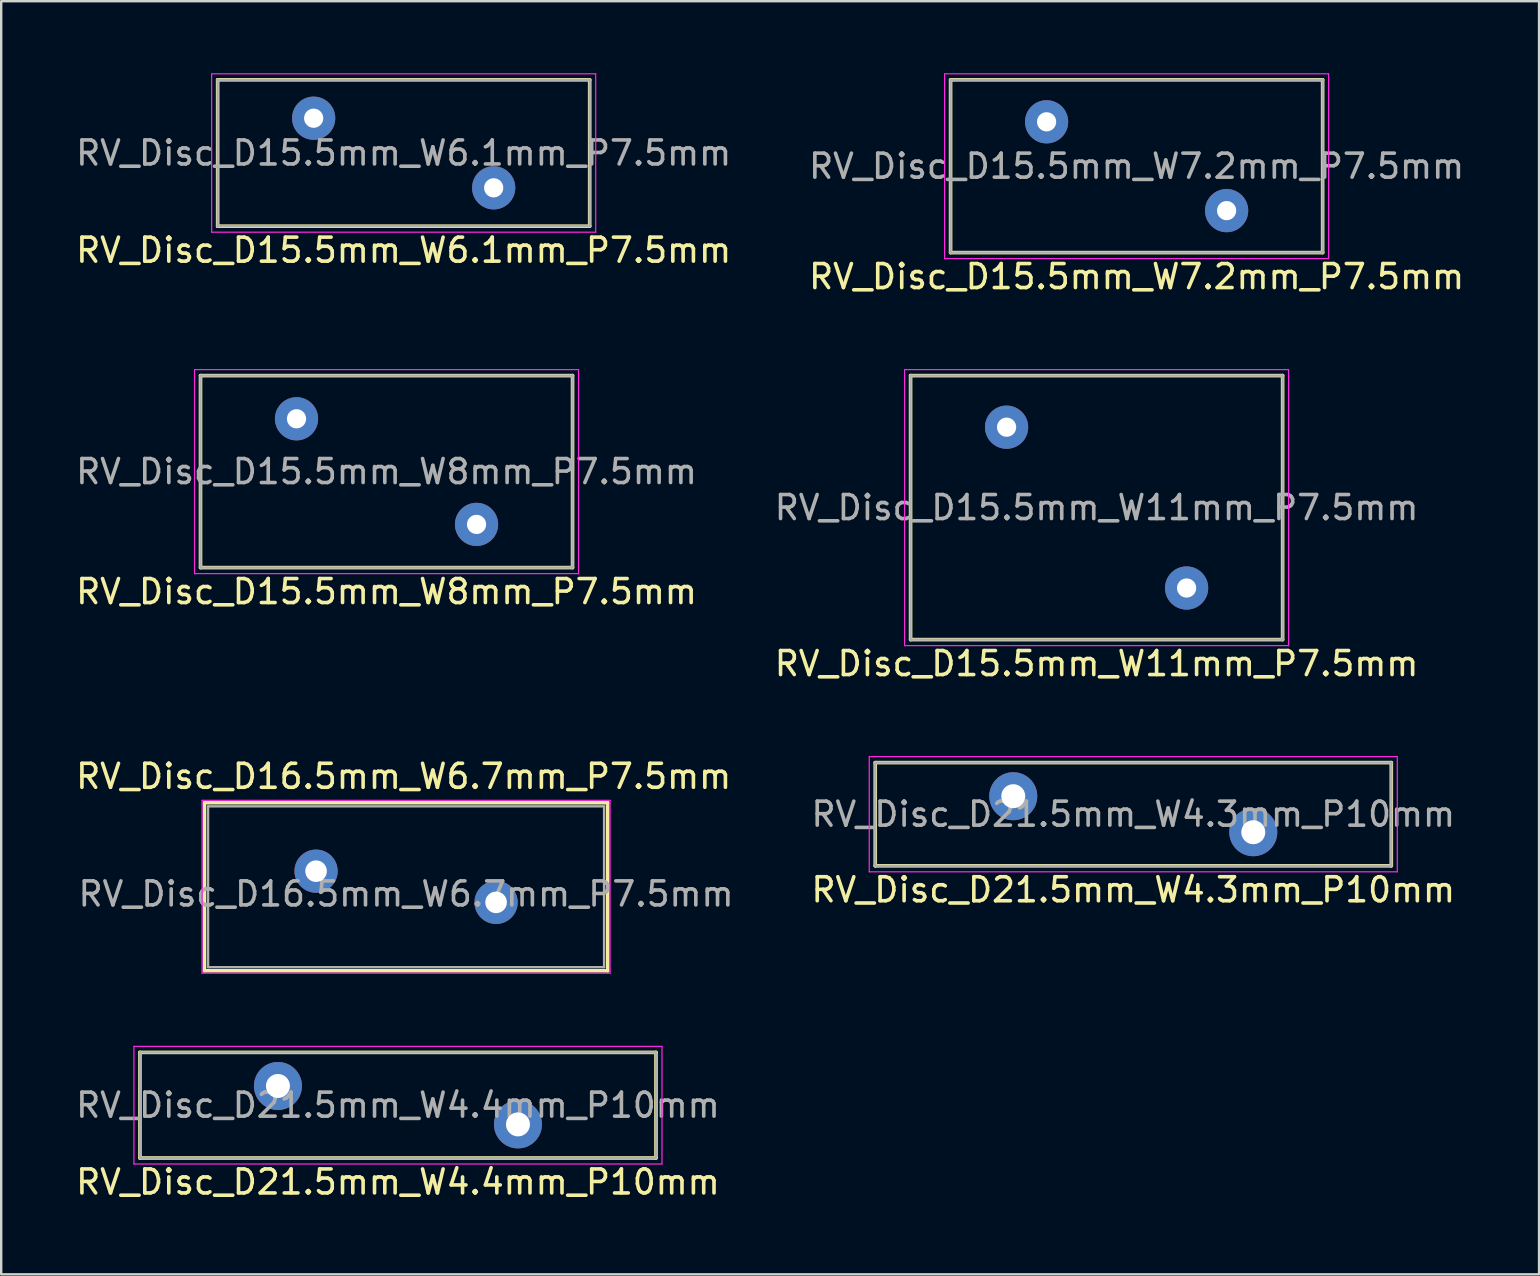
<source format=kicad_pcb>
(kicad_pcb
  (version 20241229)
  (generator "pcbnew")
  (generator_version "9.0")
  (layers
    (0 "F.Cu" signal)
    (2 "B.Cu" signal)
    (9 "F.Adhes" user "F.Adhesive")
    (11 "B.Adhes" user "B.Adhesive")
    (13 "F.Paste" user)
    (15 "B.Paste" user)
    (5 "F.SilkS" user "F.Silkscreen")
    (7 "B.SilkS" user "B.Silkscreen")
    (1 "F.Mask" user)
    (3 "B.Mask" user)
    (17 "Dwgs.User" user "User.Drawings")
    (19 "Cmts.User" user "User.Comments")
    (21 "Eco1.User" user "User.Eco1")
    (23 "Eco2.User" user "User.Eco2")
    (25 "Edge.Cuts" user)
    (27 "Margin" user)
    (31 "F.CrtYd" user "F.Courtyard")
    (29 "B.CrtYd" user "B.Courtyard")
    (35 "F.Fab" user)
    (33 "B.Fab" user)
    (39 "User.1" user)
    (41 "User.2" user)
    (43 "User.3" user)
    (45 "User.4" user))
  (footprint "RV_Disc_D21.5mm_W4.3mm_P10mm"
    (layer "F.Cu")
    (at 39.165 30.122)
    (property "Reference" "RV_Disc_D21.5mm_W4.3mm_P10mm" (at 5 3.9 0) (layer "F.SilkS") (effects (font (size 1 1) (thickness 0.15))))
    (attr through_hole)
    (fp_line (start -5.75 -1.4) (end -5.75 2.9) (stroke (width 0.15) (type solid)) (layer "F.SilkS"))
    (fp_line (start -5.75 -1.4) (end 15.75 -1.4) (stroke (width 0.15) (type solid)) (layer "F.SilkS"))
    (fp_line (start -5.75 2.9) (end 15.75 2.9) (stroke (width 0.15) (type solid)) (layer "F.SilkS"))
    (fp_line (start 15.75 -1.4) (end 15.75 2.9) (stroke (width 0.15) (type solid)) (layer "F.SilkS"))
    (fp_line (start -6 -1.65) (end -6 3.15) (stroke (width 0.05) (type solid)) (layer "F.CrtYd"))
    (fp_line (start -6 -1.65) (end 16 -1.65) (stroke (width 0.05) (type solid)) (layer "F.CrtYd"))
    (fp_line (start -6 3.15) (end 16 3.15) (stroke (width 0.05) (type solid)) (layer "F.CrtYd"))
    (fp_line (start 16 -1.65) (end 16 3.15) (stroke (width 0.05) (type solid)) (layer "F.CrtYd"))
    (fp_line (start -5.75 -1.4) (end -5.75 2.9) (stroke (width 0.1) (type solid)) (layer "F.Fab"))
    (fp_line (start -5.75 -1.4) (end 15.75 -1.4) (stroke (width 0.1) (type solid)) (layer "F.Fab"))
    (fp_line (start -5.75 2.9) (end 15.75 2.9) (stroke (width 0.1) (type solid)) (layer "F.Fab"))
    (fp_line (start 15.75 -1.4) (end 15.75 2.9) (stroke (width 0.1) (type solid)) (layer "F.Fab"))
    (fp_text user "${REFERENCE}" (at 5 0.75 0) (layer "F.Fab") (effects (font (size 1 1) (thickness 0.15))))
    (pad "1" thru_hole circle (at 0 0) (size 2 2) (drill 1) (layers "*.Cu" "*.Mask"))
    (pad "2" thru_hole circle (at 10 1.5) (size 2 2) (drill 1) (layers "*.Cu" "*.Mask")))
  (footprint "RV_Disc_D16.5mm_W6.7mm_P7.5mm"
    (layer "F.Cu")
    (at 10.118 33.245)
    (property "Reference" "RV_Disc_D16.5mm_W6.7mm_P7.5mm" (at 3.65 -3.95 0) (layer "F.SilkS") (effects (font (size 1 1) (thickness 0.15))))
    (attr through_hole)
    (fp_line (start -4.65 -2.85) (end -4.65 4.15) (stroke (width 0.15) (type solid)) (layer "F.SilkS"))
    (fp_line (start -4.65 -2.85) (end 12.15 -2.85) (stroke (width 0.15) (type solid)) (layer "F.SilkS"))
    (fp_line (start -4.65 4.15) (end 12.15 4.15) (stroke (width 0.15) (type solid)) (layer "F.SilkS"))
    (fp_line (start 12.15 -2.85) (end 12.15 4.15) (stroke (width 0.15) (type solid)) (layer "F.SilkS"))
    (fp_line (start -4.75 -2.95) (end -4.75 4.25) (stroke (width 0.05) (type solid)) (layer "F.CrtYd"))
    (fp_line (start -4.75 -2.95) (end 12.25 -2.95) (stroke (width 0.05) (type solid)) (layer "F.CrtYd"))
    (fp_line (start -4.75 4.25) (end 12.25 4.25) (stroke (width 0.05) (type solid)) (layer "F.CrtYd"))
    (fp_line (start 12.25 -2.95) (end 12.25 4.25) (stroke (width 0.05) (type solid)) (layer "F.CrtYd"))
    (fp_line (start -4.5 -2.7) (end -4.5 4) (stroke (width 0.1) (type solid)) (layer "F.Fab"))
    (fp_line (start -4.5 -2.7) (end 12 -2.7) (stroke (width 0.1) (type solid)) (layer "F.Fab"))
    (fp_line (start -4.5 4) (end 12 4) (stroke (width 0.1) (type solid)) (layer "F.Fab"))
    (fp_line (start 12 -2.7) (end 12 4) (stroke (width 0.1) (type solid)) (layer "F.Fab"))
    (fp_text user "${REFERENCE}" (at 3.75 0.95 0) (layer "F.Fab") (effects (font (size 1 1) (thickness 0.15))))
    (pad "1" thru_hole circle (at 0 0) (size 1.8 1.8) (drill 0.9) (layers "*.Cu" "*.Mask"))
    (pad "2" thru_hole circle (at 7.5 1.3) (size 1.8 1.8) (drill 0.9) (layers "*.Cu" "*.Mask")))
  (footprint "RV_Disc_D15.5mm_W8mm_P7.5mm"
    (layer "F.Cu")
    (at 9.304 14.398)
    (property "Reference" "RV_Disc_D15.5mm_W8mm_P7.5mm" (at 3.75 7.2 0) (layer "F.SilkS") (effects (font (size 1 1) (thickness 0.15))))
    (attr through_hole)
    (fp_line (start -4 -1.8) (end -4 6.2) (stroke (width 0.15) (type solid)) (layer "F.SilkS"))
    (fp_line (start -4 -1.8) (end 11.5 -1.8) (stroke (width 0.15) (type solid)) (layer "F.SilkS"))
    (fp_line (start -4 6.2) (end 11.5 6.2) (stroke (width 0.15) (type solid)) (layer "F.SilkS"))
    (fp_line (start 11.5 -1.8) (end 11.5 6.2) (stroke (width 0.15) (type solid)) (layer "F.SilkS"))
    (fp_line (start -4.25 -2.05) (end -4.25 6.45) (stroke (width 0.05) (type solid)) (layer "F.CrtYd"))
    (fp_line (start -4.25 -2.05) (end 11.75 -2.05) (stroke (width 0.05) (type solid)) (layer "F.CrtYd"))
    (fp_line (start -4.25 6.45) (end 11.75 6.45) (stroke (width 0.05) (type solid)) (layer "F.CrtYd"))
    (fp_line (start 11.75 -2.05) (end 11.75 6.45) (stroke (width 0.05) (type solid)) (layer "F.CrtYd"))
    (fp_line (start -4 -1.8) (end -4 6.2) (stroke (width 0.1) (type solid)) (layer "F.Fab"))
    (fp_line (start -4 -1.8) (end 11.5 -1.8) (stroke (width 0.1) (type solid)) (layer "F.Fab"))
    (fp_line (start -4 6.2) (end 11.5 6.2) (stroke (width 0.1) (type solid)) (layer "F.Fab"))
    (fp_line (start 11.5 -1.8) (end 11.5 6.2) (stroke (width 0.1) (type solid)) (layer "F.Fab"))
    (fp_text user "${REFERENCE}" (at 3.75 2.2 0) (layer "F.Fab") (effects (font (size 1 1) (thickness 0.15))))
    (pad "1" thru_hole circle (at 0 0) (size 1.8 1.8) (drill 0.8) (layers "*.Cu" "*.Mask"))
    (pad "2" thru_hole circle (at 7.5 4.4) (size 1.8 1.8) (drill 0.8) (layers "*.Cu" "*.Mask")))
  (footprint "RV_Disc_D15.5mm_W6.1mm_P7.5mm"
    (layer "F.Cu")
    (at 10.018 1.875)
    (property "Reference" "RV_Disc_D15.5mm_W6.1mm_P7.5mm" (at 3.75 5.5 0) (layer "F.SilkS") (effects (font (size 1 1) (thickness 0.15))))
    (attr through_hole)
    (fp_line (start -4 -1.6) (end -4 4.5) (stroke (width 0.15) (type solid)) (layer "F.SilkS"))
    (fp_line (start -4 -1.6) (end 11.5 -1.6) (stroke (width 0.15) (type solid)) (layer "F.SilkS"))
    (fp_line (start -4 4.5) (end 11.5 4.5) (stroke (width 0.15) (type solid)) (layer "F.SilkS"))
    (fp_line (start 11.5 -1.6) (end 11.5 4.5) (stroke (width 0.15) (type solid)) (layer "F.SilkS"))
    (fp_line (start -4.25 -1.85) (end -4.25 4.75) (stroke (width 0.05) (type solid)) (layer "F.CrtYd"))
    (fp_line (start -4.25 -1.85) (end 11.75 -1.85) (stroke (width 0.05) (type solid)) (layer "F.CrtYd"))
    (fp_line (start -4.25 4.75) (end 11.75 4.75) (stroke (width 0.05) (type solid)) (layer "F.CrtYd"))
    (fp_line (start 11.75 -1.85) (end 11.75 4.75) (stroke (width 0.05) (type solid)) (layer "F.CrtYd"))
    (fp_line (start -4 -1.6) (end -4 4.5) (stroke (width 0.1) (type solid)) (layer "F.Fab"))
    (fp_line (start -4 -1.6) (end 11.5 -1.6) (stroke (width 0.1) (type solid)) (layer "F.Fab"))
    (fp_line (start -4 4.5) (end 11.5 4.5) (stroke (width 0.1) (type solid)) (layer "F.Fab"))
    (fp_line (start 11.5 -1.6) (end 11.5 4.5) (stroke (width 0.1) (type solid)) (layer "F.Fab"))
    (fp_text user "${REFERENCE}" (at 3.75 1.45 0) (layer "F.Fab") (effects (font (size 1 1) (thickness 0.15))))
    (pad "1" thru_hole circle (at 0 0) (size 1.8 1.8) (drill 0.8) (layers "*.Cu" "*.Mask"))
    (pad "2" thru_hole circle (at 7.5 2.9) (size 1.8 1.8) (drill 0.8) (layers "*.Cu" "*.Mask")))
  (footprint "RV_Disc_D21.5mm_W4.4mm_P10mm"
    (layer "F.Cu")
    (at 8.53 42.195)
    (property "Reference" "RV_Disc_D21.5mm_W4.4mm_P10mm" (at 5 4 0) (layer "F.SilkS") (effects (font (size 1 1) (thickness 0.15))))
    (attr through_hole)
    (fp_line (start -5.75 -1.4) (end -5.75 3) (stroke (width 0.15) (type solid)) (layer "F.SilkS"))
    (fp_line (start -5.75 -1.4) (end 15.75 -1.4) (stroke (width 0.15) (type solid)) (layer "F.SilkS"))
    (fp_line (start -5.75 3) (end 15.75 3) (stroke (width 0.15) (type solid)) (layer "F.SilkS"))
    (fp_line (start 15.75 -1.4) (end 15.75 3) (stroke (width 0.15) (type solid)) (layer "F.SilkS"))
    (fp_line (start -6 -1.65) (end -6 3.25) (stroke (width 0.05) (type solid)) (layer "F.CrtYd"))
    (fp_line (start -6 -1.65) (end 16 -1.65) (stroke (width 0.05) (type solid)) (layer "F.CrtYd"))
    (fp_line (start -6 3.25) (end 16 3.25) (stroke (width 0.05) (type solid)) (layer "F.CrtYd"))
    (fp_line (start 16 -1.65) (end 16 3.25) (stroke (width 0.05) (type solid)) (layer "F.CrtYd"))
    (fp_line (start -5.75 -1.4) (end -5.75 3) (stroke (width 0.1) (type solid)) (layer "F.Fab"))
    (fp_line (start -5.75 -1.4) (end 15.75 -1.4) (stroke (width 0.1) (type solid)) (layer "F.Fab"))
    (fp_line (start -5.75 3) (end 15.75 3) (stroke (width 0.1) (type solid)) (layer "F.Fab"))
    (fp_line (start 15.75 -1.4) (end 15.75 3) (stroke (width 0.1) (type solid)) (layer "F.Fab"))
    (fp_text user "${REFERENCE}" (at 5 0.8 0) (layer "F.Fab") (effects (font (size 1 1) (thickness 0.15))))
    (pad "1" thru_hole circle (at 0 0) (size 2 2) (drill 1) (layers "*.Cu" "*.Mask"))
    (pad "2" thru_hole circle (at 10 1.6) (size 2 2) (drill 1) (layers "*.Cu" "*.Mask")))
  (footprint "RV_Disc_D15.5mm_W11mm_P7.5mm"
    (layer "F.Cu")
    (at 38.887 14.748)
    (property "Reference" "RV_Disc_D15.5mm_W11mm_P7.5mm" (at 3.75 9.85 0) (layer "F.SilkS") (effects (font (size 1 1) (thickness 0.15))))
    (attr through_hole)
    (fp_line (start -4 -2.15) (end -4 8.85) (stroke (width 0.15) (type solid)) (layer "F.SilkS"))
    (fp_line (start -4 -2.15) (end 11.5 -2.15) (stroke (width 0.15) (type solid)) (layer "F.SilkS"))
    (fp_line (start -4 8.85) (end 11.5 8.85) (stroke (width 0.15) (type solid)) (layer "F.SilkS"))
    (fp_line (start 11.5 -2.15) (end 11.5 8.85) (stroke (width 0.15) (type solid)) (layer "F.SilkS"))
    (fp_line (start -4.25 -2.4) (end -4.25 9.1) (stroke (width 0.05) (type solid)) (layer "F.CrtYd"))
    (fp_line (start -4.25 -2.4) (end 11.75 -2.4) (stroke (width 0.05) (type solid)) (layer "F.CrtYd"))
    (fp_line (start -4.25 9.1) (end 11.75 9.1) (stroke (width 0.05) (type solid)) (layer "F.CrtYd"))
    (fp_line (start 11.75 -2.4) (end 11.75 9.1) (stroke (width 0.05) (type solid)) (layer "F.CrtYd"))
    (fp_line (start -4 -2.15) (end -4 8.85) (stroke (width 0.1) (type solid)) (layer "F.Fab"))
    (fp_line (start -4 -2.15) (end 11.5 -2.15) (stroke (width 0.1) (type solid)) (layer "F.Fab"))
    (fp_line (start -4 8.85) (end 11.5 8.85) (stroke (width 0.1) (type solid)) (layer "F.Fab"))
    (fp_line (start 11.5 -2.15) (end 11.5 8.85) (stroke (width 0.1) (type solid)) (layer "F.Fab"))
    (fp_text user "${REFERENCE}" (at 3.75 3.35 0) (layer "F.Fab") (effects (font (size 1 1) (thickness 0.15))))
    (pad "1" thru_hole circle (at 0 0) (size 1.8 1.8) (drill 0.8) (layers "*.Cu" "*.Mask"))
    (pad "2" thru_hole circle (at 7.5 6.7) (size 1.8 1.8) (drill 0.8) (layers "*.Cu" "*.Mask")))
  (footprint "RV_Disc_D15.5mm_W7.2mm_P7.5mm"
    (layer "F.Cu")
    (at 40.554 2.025)
    (property "Reference" "RV_Disc_D15.5mm_W7.2mm_P7.5mm" (at 3.75 6.45 0) (layer "F.SilkS") (effects (font (size 1 1) (thickness 0.15))))
    (attr through_hole)
    (fp_line (start -4 -1.75) (end -4 5.45) (stroke (width 0.15) (type solid)) (layer "F.SilkS"))
    (fp_line (start -4 -1.75) (end 11.5 -1.75) (stroke (width 0.15) (type solid)) (layer "F.SilkS"))
    (fp_line (start -4 5.45) (end 11.5 5.45) (stroke (width 0.15) (type solid)) (layer "F.SilkS"))
    (fp_line (start 11.5 -1.75) (end 11.5 5.45) (stroke (width 0.15) (type solid)) (layer "F.SilkS"))
    (fp_line (start -4.25 -2) (end -4.25 5.7) (stroke (width 0.05) (type solid)) (layer "F.CrtYd"))
    (fp_line (start -4.25 -2) (end 11.75 -2) (stroke (width 0.05) (type solid)) (layer "F.CrtYd"))
    (fp_line (start -4.25 5.7) (end 11.75 5.7) (stroke (width 0.05) (type solid)) (layer "F.CrtYd"))
    (fp_line (start 11.75 -2) (end 11.75 5.7) (stroke (width 0.05) (type solid)) (layer "F.CrtYd"))
    (fp_line (start -4 -1.75) (end -4 5.45) (stroke (width 0.1) (type solid)) (layer "F.Fab"))
    (fp_line (start -4 -1.75) (end 11.5 -1.75) (stroke (width 0.1) (type solid)) (layer "F.Fab"))
    (fp_line (start -4 5.45) (end 11.5 5.45) (stroke (width 0.1) (type solid)) (layer "F.Fab"))
    (fp_line (start 11.5 -1.75) (end 11.5 5.45) (stroke (width 0.1) (type solid)) (layer "F.Fab"))
    (fp_text user "${REFERENCE}" (at 3.75 1.85 0) (layer "F.Fab") (effects (font (size 1 1) (thickness 0.15))))
    (pad "1" thru_hole circle (at 0 0) (size 1.8 1.8) (drill 0.8) (layers "*.Cu" "*.Mask"))
    (pad "2" thru_hole circle (at 7.5 3.7) (size 1.8 1.8) (drill 0.8) (layers "*.Cu" "*.Mask")))
  (gr_rect
    (start -3 -3)
    (end 61.071 50.043)
    (stroke (width 0.1) (type default))
    (fill no)
    (layer "Edge.Cuts")))
</source>
